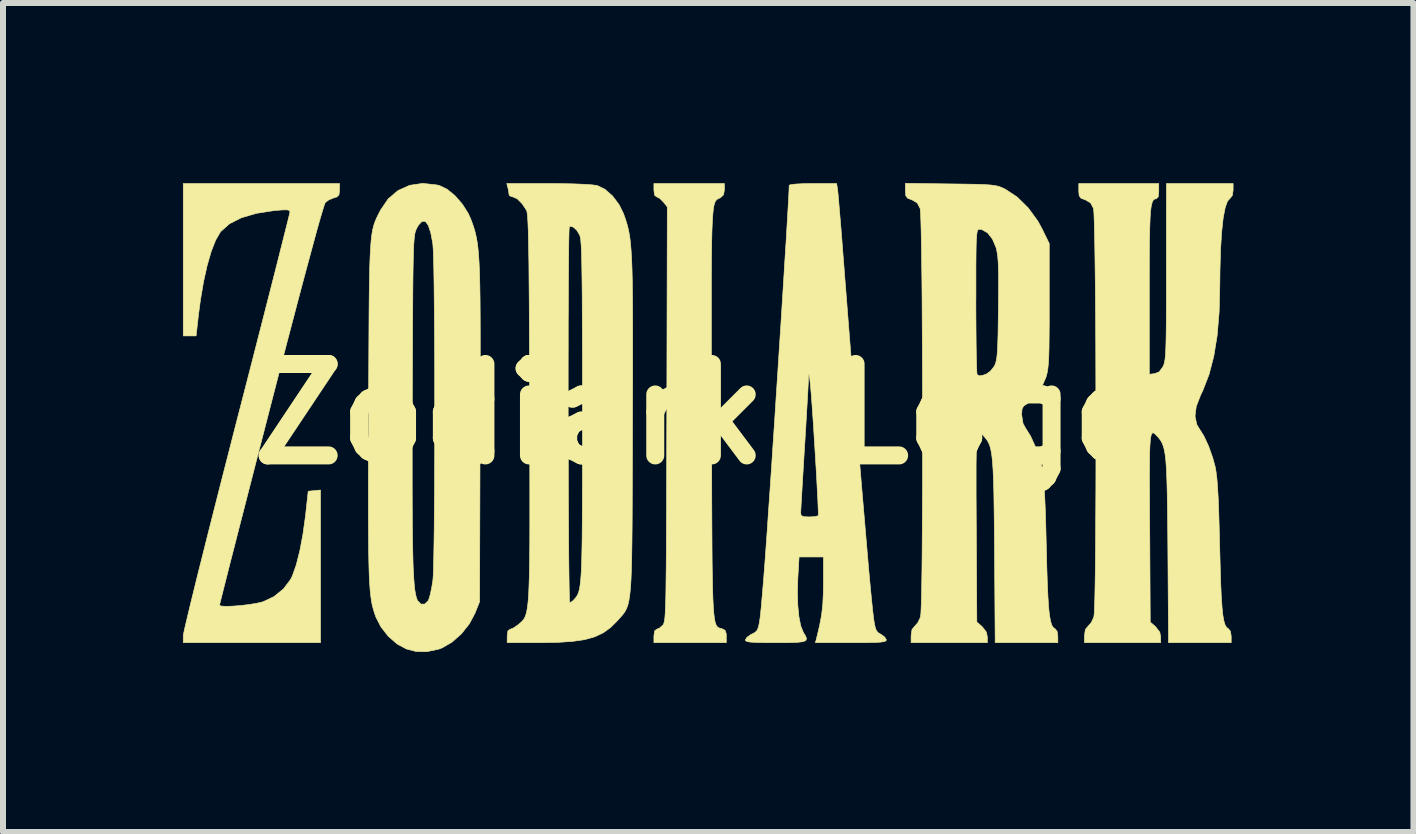
<source format=kicad_pcb>
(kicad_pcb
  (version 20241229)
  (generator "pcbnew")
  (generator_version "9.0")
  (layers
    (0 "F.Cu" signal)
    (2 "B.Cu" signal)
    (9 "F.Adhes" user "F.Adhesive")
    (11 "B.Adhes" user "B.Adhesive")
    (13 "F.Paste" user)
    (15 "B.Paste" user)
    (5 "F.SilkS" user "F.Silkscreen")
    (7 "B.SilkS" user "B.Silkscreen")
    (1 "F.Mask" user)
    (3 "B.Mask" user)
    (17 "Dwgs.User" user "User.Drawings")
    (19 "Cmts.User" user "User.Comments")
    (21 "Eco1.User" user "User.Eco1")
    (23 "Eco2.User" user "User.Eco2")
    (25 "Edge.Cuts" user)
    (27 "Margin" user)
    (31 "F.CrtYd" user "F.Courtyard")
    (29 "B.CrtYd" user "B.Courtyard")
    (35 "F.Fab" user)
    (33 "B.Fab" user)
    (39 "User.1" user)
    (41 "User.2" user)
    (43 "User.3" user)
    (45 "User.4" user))
  (footprint "Zodiark Logo"
    (layer "F.Cu")
    (at 8.704 3.85)
    (property "Reference" "Zodiark Logo" (at 0 0 0) (layer "F.SilkS") (effects (font (size 1.524 1.524) (thickness 0.3))))
    (attr through_hole)
    (fp_poly (pts (xy 0.318 -3.738) (xy 0.303 -3.653) (xy 0.252 -3.606) (xy 0.247 -3.603) (xy 0.223 -3.593) (xy 0.202 -3.582) (xy 0.184 -3.567) (xy 0.167 -3.545) (xy 0.153 -3.511) (xy 0.141 -3.462) (xy 0.131 -3.395) (xy 0.123 -3.305) (xy 0.116 -3.191) (xy 0.11 -3.047) (xy 0.106 -2.871) (xy 0.103 -2.659) (xy 0.101 -2.408) (xy 0.1 -2.113) (xy 0.1 -1.771) (xy 0.1 -1.38) (xy 0.101 -0.934) (xy 0.102 -0.431) (xy 0.103 -0.016) (xy 0.105 0.535) (xy 0.106 1.025) (xy 0.107 1.459) (xy 0.109 1.84) (xy 0.111 2.172) (xy 0.113 2.458) (xy 0.117 2.701) (xy 0.121 2.905) (xy 0.126 3.073) (xy 0.133 3.21) (xy 0.141 3.318) (xy 0.151 3.401) (xy 0.162 3.463) (xy 0.176 3.506) (xy 0.191 3.535) (xy 0.209 3.553) (xy 0.229 3.564) (xy 0.252 3.571) (xy 0.275 3.576) (xy 0.328 3.603) (xy 0.348 3.661) (xy 0.349 3.702) (xy 0.349 3.81) (xy -0.857 3.81) (xy -0.857 3.699) (xy -0.846 3.616) (xy -0.815 3.588) (xy -0.763 3.566) (xy -0.711 3.521) (xy -0.702 3.509) (xy -0.693 3.492) (xy -0.686 3.467) (xy -0.679 3.431) (xy -0.673 3.38) (xy -0.668 3.309) (xy -0.664 3.216) (xy -0.66 3.098) (xy -0.657 2.949) (xy -0.655 2.768) (xy -0.652 2.55) (xy -0.65 2.292) (xy -0.649 1.989) (xy -0.647 1.64) (xy -0.646 1.239) (xy -0.644 0.783) (xy -0.643 0.27) (xy -0.642 0.002) (xy -0.634 -3.451) (xy -0.7 -3.535) (xy -0.758 -3.593) (xy -0.809 -3.619) (xy -0.812 -3.62) (xy -0.846 -3.647) (xy -0.857 -3.731) (xy -0.857 -3.842) (xy 0.318 -3.842) (xy 0.318 -3.738)) (stroke (width 0.01) (type solid)) (fill yes) (layer "F.SilkS"))
    (fp_poly (pts (xy -6.096 -3.733) (xy -6.104 -3.657) (xy -6.138 -3.619) (xy -6.188 -3.604) (xy -6.275 -3.569) (xy -6.333 -3.526) (xy -6.349 -3.486) (xy -6.38 -3.387) (xy -6.426 -3.231) (xy -6.485 -3.021) (xy -6.556 -2.759) (xy -6.64 -2.448) (xy -6.736 -2.09) (xy -6.842 -1.687) (xy -6.959 -1.242) (xy -7.085 -0.758) (xy -7.22 -0.237) (xy -7.241 -0.156) (xy -7.356 0.291) (xy -7.467 0.72) (xy -7.572 1.128) (xy -7.67 1.511) (xy -7.761 1.864) (xy -7.843 2.185) (xy -7.916 2.468) (xy -7.977 2.71) (xy -8.027 2.907) (xy -8.064 3.054) (xy -8.088 3.149) (xy -8.096 3.186) (xy -8.096 3.186) (xy -8.067 3.2) (xy -7.99 3.204) (xy -7.879 3.201) (xy -7.748 3.191) (xy -7.612 3.175) (xy -7.485 3.155) (xy -7.382 3.131) (xy -7.372 3.128) (xy -7.19 3.043) (xy -7.031 2.914) (xy -6.911 2.756) (xy -6.883 2.699) (xy -6.817 2.513) (xy -6.757 2.275) (xy -6.705 1.999) (xy -6.663 1.696) (xy -6.66 1.667) (xy -6.618 1.286) (xy -6.516 1.276) (xy -6.413 1.266) (xy -6.413 3.81) (xy -8.7 3.81) (xy -8.7 3.692) (xy -8.692 3.646) (xy -8.669 3.542) (xy -8.632 3.386) (xy -8.583 3.18) (xy -8.521 2.928) (xy -8.449 2.636) (xy -8.366 2.307) (xy -8.275 1.944) (xy -8.176 1.553) (xy -8.07 1.136) (xy -7.958 0.699) (xy -7.842 0.245) (xy -7.811 0.124) (xy -7.693 -0.332) (xy -7.58 -0.772) (xy -7.473 -1.19) (xy -7.372 -1.583) (xy -7.279 -1.948) (xy -7.194 -2.281) (xy -7.119 -2.576) (xy -7.055 -2.831) (xy -7.002 -3.042) (xy -6.961 -3.204) (xy -6.934 -3.314) (xy -6.922 -3.367) (xy -6.922 -3.371) (xy -6.932 -3.393) (xy -6.97 -3.403) (xy -7.048 -3.402) (xy -7.177 -3.392) (xy -7.178 -3.392) (xy -7.481 -3.345) (xy -7.733 -3.271) (xy -7.931 -3.17) (xy -8.074 -3.043) (xy -8.084 -3.03) (xy -8.16 -2.899) (xy -8.234 -2.711) (xy -8.302 -2.476) (xy -8.363 -2.201) (xy -8.415 -1.893) (xy -8.448 -1.643) (xy -8.486 -1.302) (xy -8.593 -1.302) (xy -8.7 -1.302) (xy -8.7 -3.842) (xy -6.096 -3.842) (xy -6.096 -3.733)) (stroke (width 0.01) (type solid)) (fill yes) (layer "F.SilkS"))
    (fp_poly (pts (xy -4.473 -3.818) (xy -4.429 -3.807) (xy -4.304 -3.747) (xy -4.173 -3.64) (xy -4.052 -3.502) (xy -3.953 -3.347) (xy -3.912 -3.257) (xy -3.884 -3.183) (xy -3.86 -3.112) (xy -3.838 -3.04) (xy -3.82 -2.963) (xy -3.804 -2.876) (xy -3.79 -2.775) (xy -3.779 -2.655) (xy -3.77 -2.514) (xy -3.763 -2.346) (xy -3.758 -2.147) (xy -3.754 -1.913) (xy -3.752 -1.639) (xy -3.751 -1.323) (xy -3.751 -0.958) (xy -3.751 -0.541) (xy -3.752 -0.068) (xy -3.754 0.305) (xy -3.762 3.127) (xy -3.838 3.318) (xy -3.933 3.496) (xy -4.065 3.662) (xy -4.221 3.8) (xy -4.385 3.896) (xy -4.447 3.919) (xy -4.645 3.96) (xy -4.823 3.956) (xy -4.983 3.914) (xy -5.136 3.832) (xy -5.283 3.704) (xy -5.406 3.547) (xy -5.488 3.387) (xy -5.511 3.324) (xy -5.53 3.262) (xy -5.548 3.197) (xy -5.563 3.122) (xy -5.575 3.036) (xy -5.586 2.933) (xy -5.595 2.81) (xy -5.602 2.661) (xy -5.607 2.484) (xy -5.611 2.273) (xy -5.613 2.025) (xy -5.615 1.736) (xy -5.615 1.4) (xy -5.615 1.015) (xy -5.614 0.776) (xy -4.885 0.776) (xy -4.885 1.19) (xy -4.884 1.551) (xy -4.882 1.863) (xy -4.879 2.131) (xy -4.874 2.357) (xy -4.869 2.546) (xy -4.861 2.702) (xy -4.852 2.827) (xy -4.842 2.926) (xy -4.829 3.002) (xy -4.815 3.06) (xy -4.799 3.102) (xy -4.794 3.111) (xy -4.739 3.167) (xy -4.675 3.166) (xy -4.62 3.112) (xy -4.608 3.088) (xy -4.585 3.011) (xy -4.561 2.898) (xy -4.541 2.778) (xy -4.535 2.705) (xy -4.53 2.575) (xy -4.526 2.393) (xy -4.522 2.166) (xy -4.518 1.899) (xy -4.516 1.599) (xy -4.513 1.272) (xy -4.512 0.923) (xy -4.51 0.558) (xy -4.51 0.185) (xy -4.51 -0.192) (xy -4.51 -0.567) (xy -4.511 -0.933) (xy -4.513 -1.284) (xy -4.515 -1.615) (xy -4.518 -1.919) (xy -4.521 -2.191) (xy -4.525 -2.424) (xy -4.53 -2.612) (xy -4.535 -2.75) (xy -4.541 -2.831) (xy -4.541 -2.838) (xy -4.576 -3.023) (xy -4.618 -3.147) (xy -4.666 -3.21) (xy -4.72 -3.212) (xy -4.778 -3.152) (xy -4.81 -3.096) (xy -4.821 -3.072) (xy -4.831 -3.045) (xy -4.84 -3.011) (xy -4.847 -2.966) (xy -4.853 -2.906) (xy -4.859 -2.826) (xy -4.863 -2.722) (xy -4.867 -2.591) (xy -4.87 -2.427) (xy -4.873 -2.228) (xy -4.875 -1.989) (xy -4.877 -1.705) (xy -4.879 -1.373) (xy -4.88 -0.989) (xy -4.882 -0.547) (xy -4.883 -0.223) (xy -4.885 0.307) (xy -4.885 0.776) (xy -5.614 0.776) (xy -5.614 0.575) (xy -5.612 0.077) (xy -5.612 -0.048) (xy -5.61 -0.549) (xy -5.608 -0.99) (xy -5.606 -1.377) (xy -5.604 -1.713) (xy -5.601 -2.002) (xy -5.597 -2.249) (xy -5.593 -2.457) (xy -5.586 -2.632) (xy -5.578 -2.777) (xy -5.569 -2.896) (xy -5.557 -2.994) (xy -5.543 -3.075) (xy -5.526 -3.143) (xy -5.506 -3.202) (xy -5.483 -3.257) (xy -5.457 -3.312) (xy -5.427 -3.37) (xy -5.413 -3.398) (xy -5.285 -3.586) (xy -5.121 -3.725) (xy -4.927 -3.812) (xy -4.709 -3.844) (xy -4.473 -3.818)) (stroke (width 0.01) (type solid)) (fill yes) (layer "F.SilkS"))
    (fp_poly (pts (xy 7.556 -3.715) (xy 7.547 -3.621) (xy 7.517 -3.588) (xy 7.514 -3.588) (xy 7.487 -3.583) (xy 7.465 -3.566) (xy 7.447 -3.531) (xy 7.432 -3.473) (xy 7.42 -3.387) (xy 7.412 -3.268) (xy 7.406 -3.111) (xy 7.402 -2.91) (xy 7.399 -2.66) (xy 7.398 -2.356) (xy 7.398 -2.044) (xy 7.398 -0.663) (xy 7.485 -0.673) (xy 7.562 -0.703) (xy 7.622 -0.783) (xy 7.628 -0.794) (xy 7.641 -0.824) (xy 7.652 -0.863) (xy 7.661 -0.916) (xy 7.668 -0.988) (xy 7.673 -1.086) (xy 7.677 -1.214) (xy 7.68 -1.38) (xy 7.682 -1.588) (xy 7.683 -1.845) (xy 7.683 -2.156) (xy 7.683 -2.373) (xy 7.684 -3.842) (xy 8.795 -3.842) (xy 8.795 -3.73) (xy 8.782 -3.642) (xy 8.749 -3.6) (xy 8.702 -3.549) (xy 8.662 -3.437) (xy 8.629 -3.264) (xy 8.604 -3.033) (xy 8.586 -2.744) (xy 8.576 -2.399) (xy 8.573 -2.143) (xy 8.562 -1.699) (xy 8.529 -1.308) (xy 8.473 -0.964) (xy 8.394 -0.66) (xy 8.289 -0.389) (xy 8.252 -0.312) (xy 8.181 -0.129) (xy 8.16 0.035) (xy 8.189 0.173) (xy 8.224 0.232) (xy 8.307 0.364) (xy 8.388 0.538) (xy 8.457 0.735) (xy 8.495 0.874) (xy 8.51 0.957) (xy 8.524 1.066) (xy 8.535 1.208) (xy 8.546 1.388) (xy 8.555 1.613) (xy 8.563 1.889) (xy 8.571 2.207) (xy 8.58 2.539) (xy 8.588 2.814) (xy 8.598 3.036) (xy 8.61 3.212) (xy 8.623 3.345) (xy 8.64 3.443) (xy 8.66 3.51) (xy 8.684 3.552) (xy 8.712 3.575) (xy 8.717 3.577) (xy 8.751 3.621) (xy 8.763 3.702) (xy 8.763 3.81) (xy 7.719 3.81) (xy 7.708 2.278) (xy 7.705 1.901) (xy 7.701 1.582) (xy 7.697 1.316) (xy 7.691 1.097) (xy 7.684 0.919) (xy 7.674 0.777) (xy 7.661 0.666) (xy 7.644 0.58) (xy 7.624 0.513) (xy 7.6 0.46) (xy 7.57 0.416) (xy 7.538 0.378) (xy 7.506 0.344) (xy 7.48 0.321) (xy 7.458 0.312) (xy 7.441 0.324) (xy 7.427 0.36) (xy 7.416 0.424) (xy 7.409 0.523) (xy 7.404 0.659) (xy 7.402 0.837) (xy 7.401 1.063) (xy 7.402 1.341) (xy 7.403 1.675) (xy 7.405 1.892) (xy 7.414 3.466) (xy 7.501 3.541) (xy 7.573 3.634) (xy 7.588 3.713) (xy 7.588 3.81) (xy 6.318 3.81) (xy 6.318 3.691) (xy 6.333 3.589) (xy 6.38 3.533) (xy 6.429 3.478) (xy 6.47 3.392) (xy 6.475 3.374) (xy 6.481 3.321) (xy 6.486 3.21) (xy 6.491 3.047) (xy 6.495 2.835) (xy 6.499 2.582) (xy 6.502 2.291) (xy 6.504 1.968) (xy 6.506 1.618) (xy 6.508 1.246) (xy 6.509 0.857) (xy 6.509 0.458) (xy 6.509 0.052) (xy 6.508 -0.355) (xy 6.507 -0.758) (xy 6.506 -1.151) (xy 6.504 -1.53) (xy 6.501 -1.889) (xy 6.498 -2.223) (xy 6.494 -2.527) (xy 6.49 -2.796) (xy 6.486 -3.024) (xy 6.481 -3.207) (xy 6.476 -3.339) (xy 6.47 -3.415) (xy 6.467 -3.429) (xy 6.42 -3.518) (xy 6.343 -3.565) (xy 6.326 -3.571) (xy 6.258 -3.598) (xy 6.229 -3.641) (xy 6.223 -3.721) (xy 6.223 -3.842) (xy 7.556 -3.842) (xy 7.556 -3.715)) (stroke (width 0.01) (type solid)) (fill yes) (layer "F.SilkS"))
    (fp_poly (pts (xy 2.204 -3.739) (xy 2.21 -3.685) (xy 2.22 -3.575) (xy 2.233 -3.417) (xy 2.25 -3.218) (xy 2.269 -2.985) (xy 2.289 -2.725) (xy 2.311 -2.447) (xy 2.318 -2.349) (xy 2.345 -2.009) (xy 2.374 -1.638) (xy 2.405 -1.242) (xy 2.438 -0.83) (xy 2.472 -0.407) (xy 2.507 0.02) (xy 2.541 0.444) (xy 2.575 0.857) (xy 2.608 1.253) (xy 2.64 1.626) (xy 2.669 1.967) (xy 2.695 2.272) (xy 2.717 2.531) (xy 2.736 2.739) (xy 2.747 2.857) (xy 2.77 3.095) (xy 2.789 3.278) (xy 2.805 3.413) (xy 2.82 3.509) (xy 2.836 3.573) (xy 2.855 3.615) (xy 2.878 3.641) (xy 2.907 3.66) (xy 2.925 3.669) (xy 2.988 3.715) (xy 3.016 3.761) (xy 3.016 3.763) (xy 3.008 3.78) (xy 2.977 3.792) (xy 2.917 3.801) (xy 2.818 3.806) (xy 2.673 3.809) (xy 2.475 3.81) (xy 2.425 3.81) (xy 1.834 3.81) (xy 1.853 3.739) (xy 1.903 3.529) (xy 1.937 3.349) (xy 1.957 3.175) (xy 1.966 2.98) (xy 1.968 2.818) (xy 1.968 2.381) (xy 1.562 2.381) (xy 1.541 2.738) (xy 1.535 2.973) (xy 1.541 3.192) (xy 1.56 3.382) (xy 1.591 3.533) (xy 1.631 3.633) (xy 1.632 3.636) (xy 1.67 3.697) (xy 1.686 3.743) (xy 1.674 3.774) (xy 1.627 3.793) (xy 1.537 3.804) (xy 1.398 3.809) (xy 1.203 3.81) (xy 1.175 3.81) (xy 0.981 3.809) (xy 0.841 3.806) (xy 0.749 3.8) (xy 0.695 3.79) (xy 0.671 3.776) (xy 0.667 3.764) (xy 0.693 3.721) (xy 0.758 3.675) (xy 0.775 3.667) (xy 0.812 3.648) (xy 0.842 3.627) (xy 0.866 3.597) (xy 0.885 3.548) (xy 0.901 3.475) (xy 0.916 3.369) (xy 0.931 3.222) (xy 0.948 3.026) (xy 0.968 2.794) (xy 0.979 2.652) (xy 0.994 2.459) (xy 1.011 2.221) (xy 1.031 1.942) (xy 1.05 1.659) (xy 1.588 1.659) (xy 1.6 1.694) (xy 1.648 1.711) (xy 1.729 1.714) (xy 1.816 1.71) (xy 1.873 1.697) (xy 1.882 1.691) (xy 1.883 1.655) (xy 1.88 1.562) (xy 1.874 1.421) (xy 1.864 1.239) (xy 1.853 1.022) (xy 1.838 0.779) (xy 1.823 0.533) (xy 1.801 0.179) (xy 1.781 -0.111) (xy 1.764 -0.34) (xy 1.749 -0.508) (xy 1.737 -0.615) (xy 1.728 -0.662) (xy 1.721 -0.649) (xy 1.717 -0.579) (xy 1.717 -0.556) (xy 1.714 -0.493) (xy 1.708 -0.376) (xy 1.699 -0.213) (xy 1.687 -0.013) (xy 1.674 0.215) (xy 1.659 0.462) (xy 1.651 0.587) (xy 1.636 0.837) (xy 1.622 1.068) (xy 1.61 1.272) (xy 1.6 1.441) (xy 1.593 1.567) (xy 1.589 1.642) (xy 1.588 1.659) (xy 1.05 1.659) (xy 1.052 1.629) (xy 1.076 1.287) (xy 1.101 0.921) (xy 1.126 0.536) (xy 1.153 0.137) (xy 1.179 -0.269) (xy 1.206 -0.677) (xy 1.232 -1.083) (xy 1.258 -1.48) (xy 1.282 -1.864) (xy 1.305 -2.229) (xy 1.326 -2.57) (xy 1.346 -2.881) (xy 1.362 -3.156) (xy 1.376 -3.392) (xy 1.387 -3.581) (xy 1.394 -3.72) (xy 1.397 -3.802) (xy 1.397 -3.813) (xy 1.427 -3.824) (xy 1.508 -3.833) (xy 1.629 -3.839) (xy 1.776 -3.842) (xy 1.792 -3.842) (xy 2.188 -3.842) (xy 2.204 -3.739)) (stroke (width 0.01) (type solid)) (fill yes) (layer "F.SilkS"))
    (fp_poly (pts (xy -2.615 -3.842) (xy -2.396 -3.84) (xy -2.195 -3.836) (xy -2.024 -3.829) (xy -1.892 -3.82) (xy -1.81 -3.81) (xy -1.8 -3.808) (xy -1.671 -3.744) (xy -1.545 -3.633) (xy -1.437 -3.489) (xy -1.366 -3.345) (xy -1.339 -3.271) (xy -1.316 -3.2) (xy -1.295 -3.128) (xy -1.277 -3.049) (xy -1.261 -2.961) (xy -1.248 -2.858) (xy -1.238 -2.736) (xy -1.229 -2.591) (xy -1.222 -2.42) (xy -1.217 -2.217) (xy -1.214 -1.978) (xy -1.212 -1.7) (xy -1.211 -1.377) (xy -1.211 -1.007) (xy -1.211 -0.583) (xy -1.213 -0.103) (xy -1.214 0.194) (xy -1.215 0.695) (xy -1.217 1.136) (xy -1.218 1.522) (xy -1.22 1.857) (xy -1.223 2.145) (xy -1.227 2.389) (xy -1.232 2.595) (xy -1.239 2.765) (xy -1.248 2.905) (xy -1.26 3.019) (xy -1.274 3.109) (xy -1.291 3.181) (xy -1.312 3.239) (xy -1.336 3.286) (xy -1.364 3.327) (xy -1.396 3.366) (xy -1.433 3.407) (xy -1.467 3.445) (xy -1.579 3.557) (xy -1.7 3.644) (xy -1.84 3.711) (xy -2.008 3.758) (xy -2.212 3.788) (xy -2.461 3.805) (xy -2.764 3.81) (xy -3.302 3.81) (xy -3.302 3.699) (xy -3.291 3.615) (xy -3.257 3.588) (xy -3.205 3.569) (xy -3.133 3.521) (xy -3.114 3.506) (xy -3.083 3.48) (xy -3.056 3.455) (xy -3.032 3.428) (xy -3.011 3.394) (xy -2.993 3.35) (xy -2.977 3.292) (xy -2.964 3.217) (xy -2.953 3.121) (xy -2.944 3) (xy -2.938 2.85) (xy -2.932 2.668) (xy -2.929 2.451) (xy -2.926 2.194) (xy -2.925 1.894) (xy -2.925 1.547) (xy -2.925 1.149) (xy -2.926 0.698) (xy -2.927 0.188) (xy -2.928 -0.114) (xy -2.929 -0.414) (xy -2.286 -0.414) (xy -2.286 -0.029) (xy -2.285 0.356) (xy -2.284 0.737) (xy -2.283 1.108) (xy -2.282 1.464) (xy -2.28 1.8) (xy -2.278 2.11) (xy -2.276 2.389) (xy -2.273 2.632) (xy -2.27 2.834) (xy -2.267 2.99) (xy -2.264 3.094) (xy -2.26 3.141) (xy -2.259 3.143) (xy -2.219 3.122) (xy -2.184 3.088) (xy -2.161 3.061) (xy -2.141 3.033) (xy -2.123 2.999) (xy -2.108 2.957) (xy -2.095 2.902) (xy -2.084 2.83) (xy -2.075 2.737) (xy -2.067 2.619) (xy -2.061 2.472) (xy -2.057 2.292) (xy -2.053 2.075) (xy -2.051 1.817) (xy -2.049 1.515) (xy -2.048 1.163) (xy -2.048 0.759) (xy -2.048 0.298) (xy -2.048 -0.048) (xy -2.048 -0.55) (xy -2.048 -0.992) (xy -2.049 -1.378) (xy -2.051 -1.712) (xy -2.052 -1.997) (xy -2.055 -2.237) (xy -2.058 -2.436) (xy -2.061 -2.598) (xy -2.065 -2.726) (xy -2.07 -2.823) (xy -2.076 -2.895) (xy -2.083 -2.944) (xy -2.091 -2.974) (xy -2.092 -2.978) (xy -2.14 -3.06) (xy -2.197 -3.114) (xy -2.249 -3.13) (xy -2.266 -3.121) (xy -2.27 -3.086) (xy -2.273 -2.994) (xy -2.276 -2.849) (xy -2.278 -2.656) (xy -2.28 -2.421) (xy -2.282 -2.149) (xy -2.283 -1.845) (xy -2.285 -1.514) (xy -2.285 -1.162) (xy -2.286 -0.794) (xy -2.286 -0.414) (xy -2.929 -0.414) (xy -2.93 -0.65) (xy -2.931 -1.125) (xy -2.933 -1.544) (xy -2.935 -1.91) (xy -2.938 -2.226) (xy -2.94 -2.496) (xy -2.944 -2.723) (xy -2.947 -2.91) (xy -2.951 -3.062) (xy -2.956 -3.18) (xy -2.961 -3.27) (xy -2.967 -3.333) (xy -2.973 -3.375) (xy -2.981 -3.397) (xy -2.981 -3.397) (xy -3.055 -3.508) (xy -3.134 -3.586) (xy -3.206 -3.619) (xy -3.212 -3.619) (xy -3.261 -3.637) (xy -3.271 -3.659) (xy -3.279 -3.72) (xy -3.29 -3.77) (xy -3.309 -3.842) (xy -2.615 -3.842)) (stroke (width 0.01) (type solid)) (fill yes) (layer "F.SilkS"))
    (fp_poly (pts (xy 4.088 -3.835) (xy 4.327 -3.832) (xy 4.511 -3.829) (xy 4.65 -3.824) (xy 4.754 -3.817) (xy 4.83 -3.807) (xy 4.889 -3.794) (xy 4.939 -3.775) (xy 4.99 -3.751) (xy 4.999 -3.747) (xy 5.197 -3.616) (xy 5.381 -3.435) (xy 5.54 -3.217) (xy 5.61 -3.089) (xy 5.731 -2.842) (xy 5.731 -1.81) (xy 5.731 -1.52) (xy 5.729 -1.287) (xy 5.727 -1.102) (xy 5.723 -0.957) (xy 5.717 -0.846) (xy 5.708 -0.761) (xy 5.697 -0.693) (xy 5.683 -0.636) (xy 5.672 -0.603) (xy 5.587 -0.409) (xy 5.479 -0.261) (xy 5.364 -0.174) (xy 5.304 -0.134) (xy 5.277 -0.082) (xy 5.271 0.008) (xy 5.271 0.012) (xy 5.294 0.157) (xy 5.335 0.232) (xy 5.418 0.364) (xy 5.498 0.538) (xy 5.568 0.735) (xy 5.606 0.874) (xy 5.621 0.957) (xy 5.635 1.066) (xy 5.646 1.208) (xy 5.656 1.388) (xy 5.666 1.613) (xy 5.674 1.889) (xy 5.682 2.207) (xy 5.69 2.539) (xy 5.699 2.814) (xy 5.709 3.036) (xy 5.72 3.212) (xy 5.734 3.345) (xy 5.751 3.443) (xy 5.77 3.51) (xy 5.794 3.552) (xy 5.823 3.575) (xy 5.828 3.577) (xy 5.862 3.621) (xy 5.874 3.702) (xy 5.874 3.81) (xy 4.83 3.81) (xy 4.819 2.278) (xy 4.816 1.901) (xy 4.812 1.582) (xy 4.808 1.316) (xy 4.802 1.097) (xy 4.794 0.919) (xy 4.784 0.777) (xy 4.771 0.666) (xy 4.755 0.58) (xy 4.735 0.513) (xy 4.71 0.46) (xy 4.681 0.416) (xy 4.649 0.378) (xy 4.617 0.344) (xy 4.591 0.321) (xy 4.569 0.312) (xy 4.551 0.324) (xy 4.537 0.36) (xy 4.527 0.424) (xy 4.52 0.523) (xy 4.515 0.659) (xy 4.512 0.837) (xy 4.512 1.063) (xy 4.512 1.341) (xy 4.514 1.675) (xy 4.515 1.892) (xy 4.524 3.466) (xy 4.612 3.541) (xy 4.684 3.634) (xy 4.699 3.713) (xy 4.699 3.81) (xy 3.429 3.81) (xy 3.429 3.691) (xy 3.444 3.589) (xy 3.491 3.533) (xy 3.54 3.478) (xy 3.581 3.392) (xy 3.586 3.374) (xy 3.592 3.321) (xy 3.597 3.21) (xy 3.602 3.047) (xy 3.606 2.835) (xy 3.61 2.582) (xy 3.613 2.291) (xy 3.615 1.968) (xy 3.617 1.618) (xy 3.619 1.246) (xy 3.619 0.857) (xy 3.62 0.458) (xy 3.62 0.052) (xy 3.619 -0.355) (xy 3.618 -0.758) (xy 3.616 -1.151) (xy 3.614 -1.53) (xy 3.612 -1.879) (xy 4.508 -1.879) (xy 4.509 -1.608) (xy 4.511 -1.358) (xy 4.513 -1.135) (xy 4.516 -0.947) (xy 4.52 -0.8) (xy 4.524 -0.701) (xy 4.529 -0.657) (xy 4.53 -0.656) (xy 4.564 -0.637) (xy 4.62 -0.645) (xy 4.68 -0.665) (xy 4.749 -0.714) (xy 4.811 -0.791) (xy 4.817 -0.8) (xy 4.834 -0.839) (xy 4.848 -0.887) (xy 4.859 -0.955) (xy 4.867 -1.048) (xy 4.873 -1.176) (xy 4.878 -1.345) (xy 4.881 -1.565) (xy 4.884 -1.754) (xy 4.886 -2.023) (xy 4.887 -2.236) (xy 4.885 -2.403) (xy 4.88 -2.532) (xy 4.872 -2.631) (xy 4.86 -2.708) (xy 4.845 -2.773) (xy 4.844 -2.776) (xy 4.784 -2.917) (xy 4.703 -3.02) (xy 4.609 -3.074) (xy 4.568 -3.08) (xy 4.553 -3.077) (xy 4.54 -3.066) (xy 4.53 -3.04) (xy 4.523 -2.993) (xy 4.517 -2.92) (xy 4.513 -2.814) (xy 4.511 -2.669) (xy 4.509 -2.48) (xy 4.509 -2.241) (xy 4.509 -1.945) (xy 4.508 -1.879) (xy 3.612 -1.879) (xy 3.612 -1.889) (xy 3.609 -2.223) (xy 3.605 -2.527) (xy 3.601 -2.796) (xy 3.597 -3.024) (xy 3.592 -3.207) (xy 3.587 -3.339) (xy 3.581 -3.415) (xy 3.578 -3.429) (xy 3.531 -3.518) (xy 3.453 -3.565) (xy 3.437 -3.571) (xy 3.369 -3.598) (xy 3.34 -3.64) (xy 3.334 -3.721) (xy 3.334 -3.845) (xy 4.088 -3.835)) (stroke (width 0.01) (type solid)) (fill yes) (layer "F.SilkS")))
  (gr_rect
    (start -3 -3)
    (end 20.504 10.815)
    (stroke (width 0.1) (type default))
    (fill no)
    (layer "Edge.Cuts")))
</source>
